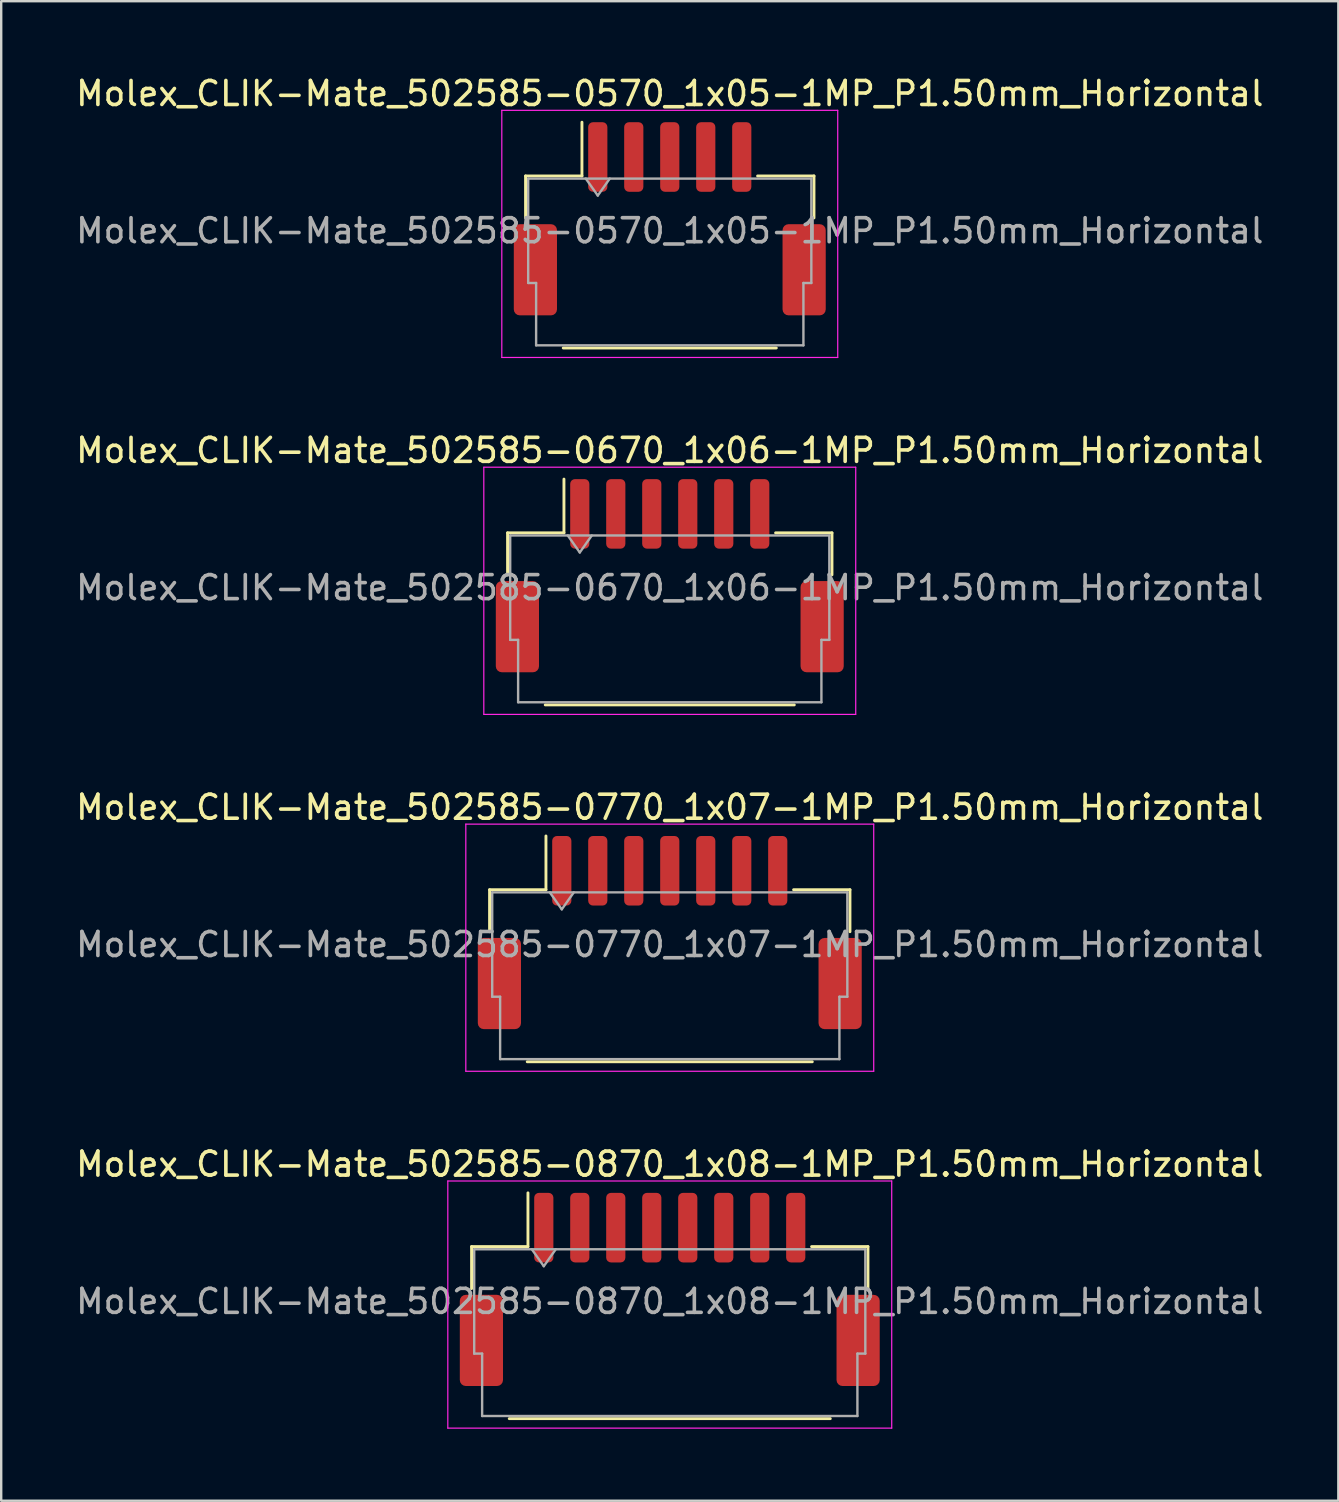
<source format=kicad_pcb>
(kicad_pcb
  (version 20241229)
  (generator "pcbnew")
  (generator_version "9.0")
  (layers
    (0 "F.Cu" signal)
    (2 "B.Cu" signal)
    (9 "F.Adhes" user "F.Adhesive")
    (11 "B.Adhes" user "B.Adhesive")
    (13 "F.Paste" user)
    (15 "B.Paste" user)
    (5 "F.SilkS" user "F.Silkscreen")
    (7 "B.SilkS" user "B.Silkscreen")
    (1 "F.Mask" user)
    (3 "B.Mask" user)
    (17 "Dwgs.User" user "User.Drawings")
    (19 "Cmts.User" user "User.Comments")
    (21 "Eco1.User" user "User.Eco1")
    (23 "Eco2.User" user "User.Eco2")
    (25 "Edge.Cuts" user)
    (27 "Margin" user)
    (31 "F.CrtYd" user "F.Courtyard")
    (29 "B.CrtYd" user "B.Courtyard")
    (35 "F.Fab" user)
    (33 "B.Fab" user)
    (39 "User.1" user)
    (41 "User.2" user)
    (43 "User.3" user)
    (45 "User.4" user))
  (footprint "Molex_CLIK-Mate_502585-0570_1x05-1MP_P1.50mm_Horizontal"
    (layer "F.Cu")
    (at 24.863 6.068)
    (property "Reference" "Molex_CLIK-Mate_502585-0570_1x05-1MP_P1.50mm_Horizontal" (at 0 -5.22 0) (layer "F.SilkS") (effects (font (size 1 1) (thickness 0.15))))
    (attr smd)
    (fp_line (start -6.01 -1.785) (end -3.66 -1.785) (stroke (width 0.12) (type solid)) (layer "F.SilkS"))
    (fp_line (start -6.01 -0.035) (end -6.01 -1.785) (stroke (width 0.12) (type solid)) (layer "F.SilkS"))
    (fp_line (start -4.44 5.385) (end 4.44 5.385) (stroke (width 0.12) (type solid)) (layer "F.SilkS"))
    (fp_line (start -3.66 -1.785) (end -3.66 -4.025) (stroke (width 0.12) (type solid)) (layer "F.SilkS"))
    (fp_line (start 6.01 -1.785) (end 3.66 -1.785) (stroke (width 0.12) (type solid)) (layer "F.SilkS"))
    (fp_line (start 6.01 -0.035) (end 6.01 -1.785) (stroke (width 0.12) (type solid)) (layer "F.SilkS"))
    (fp_line (start -7 -4.52) (end -7 5.78) (stroke (width 0.05) (type solid)) (layer "F.CrtYd"))
    (fp_line (start -7 5.78) (end 7 5.78) (stroke (width 0.05) (type solid)) (layer "F.CrtYd"))
    (fp_line (start 7 -4.52) (end -7 -4.52) (stroke (width 0.05) (type solid)) (layer "F.CrtYd"))
    (fp_line (start 7 5.78) (end 7 -4.52) (stroke (width 0.05) (type solid)) (layer "F.CrtYd"))
    (fp_line (start -5.9 -1.675) (end -5.9 2.675) (stroke (width 0.1) (type solid)) (layer "F.Fab"))
    (fp_line (start -5.9 -1.675) (end 5.9 -1.675) (stroke (width 0.1) (type solid)) (layer "F.Fab"))
    (fp_line (start -5.9 2.675) (end -5.57 2.675) (stroke (width 0.1) (type solid)) (layer "F.Fab"))
    (fp_line (start -5.57 2.675) (end -5.57 5.275) (stroke (width 0.1) (type solid)) (layer "F.Fab"))
    (fp_line (start -5.57 5.275) (end 5.57 5.275) (stroke (width 0.1) (type solid)) (layer "F.Fab"))
    (fp_line (start -3.5 -1.675) (end -3 -0.968) (stroke (width 0.1) (type solid)) (layer "F.Fab"))
    (fp_line (start -3 -0.968) (end -2.5 -1.675) (stroke (width 0.1) (type solid)) (layer "F.Fab"))
    (fp_line (start 5.57 2.675) (end 5.9 2.675) (stroke (width 0.1) (type solid)) (layer "F.Fab"))
    (fp_line (start 5.57 5.275) (end 5.57 2.675) (stroke (width 0.1) (type solid)) (layer "F.Fab"))
    (fp_line (start 5.9 -1.675) (end 5.9 2.675) (stroke (width 0.1) (type solid)) (layer "F.Fab"))
    (fp_text user "${REFERENCE}" (at 0 0.5 0) (layer "F.Fab") (effects (font (size 1 1) (thickness 0.15))))
    (pad "1" smd roundrect (at -3 -2.575) (size 0.8 2.9) (layers "F.Cu" "F.Mask" "F.Paste") (roundrect_rratio 0.25))
    (pad "2" smd roundrect (at -1.5 -2.575) (size 0.8 2.9) (layers "F.Cu" "F.Mask" "F.Paste") (roundrect_rratio 0.25))
    (pad "3" smd roundrect (at 0 -2.575) (size 0.8 2.9) (layers "F.Cu" "F.Mask" "F.Paste") (roundrect_rratio 0.25))
    (pad "4" smd roundrect (at 1.5 -2.575) (size 0.8 2.9) (layers "F.Cu" "F.Mask" "F.Paste") (roundrect_rratio 0.25))
    (pad "5" smd roundrect (at 3 -2.575) (size 0.8 2.9) (layers "F.Cu" "F.Mask" "F.Paste") (roundrect_rratio 0.25))
    (pad "MP" smd roundrect (at -5.6 2.125) (size 1.8 3.8) (layers "F.Cu" "F.Mask" "F.Paste") (roundrect_rratio 0.139))
    (pad "MP" smd roundrect (at 5.6 2.125) (size 1.8 3.8) (layers "F.Cu" "F.Mask" "F.Paste") (roundrect_rratio 0.139)))
  (footprint "Molex_CLIK-Mate_502585-0770_1x07-1MP_P1.50mm_Horizontal"
    (layer "F.Cu")
    (at 24.863 35.815)
    (property "Reference" "Molex_CLIK-Mate_502585-0770_1x07-1MP_P1.50mm_Horizontal" (at 0 -5.22 0) (layer "F.SilkS") (effects (font (size 1 1) (thickness 0.15))))
    (attr smd)
    (fp_line (start -7.51 -1.785) (end -5.16 -1.785) (stroke (width 0.12) (type solid)) (layer "F.SilkS"))
    (fp_line (start -7.51 -0.035) (end -7.51 -1.785) (stroke (width 0.12) (type solid)) (layer "F.SilkS"))
    (fp_line (start -5.94 5.385) (end 5.94 5.385) (stroke (width 0.12) (type solid)) (layer "F.SilkS"))
    (fp_line (start -5.16 -1.785) (end -5.16 -4.025) (stroke (width 0.12) (type solid)) (layer "F.SilkS"))
    (fp_line (start 7.51 -1.785) (end 5.16 -1.785) (stroke (width 0.12) (type solid)) (layer "F.SilkS"))
    (fp_line (start 7.51 -0.035) (end 7.51 -1.785) (stroke (width 0.12) (type solid)) (layer "F.SilkS"))
    (fp_line (start -8.5 -4.52) (end -8.5 5.78) (stroke (width 0.05) (type solid)) (layer "F.CrtYd"))
    (fp_line (start -8.5 5.78) (end 8.5 5.78) (stroke (width 0.05) (type solid)) (layer "F.CrtYd"))
    (fp_line (start 8.5 -4.52) (end -8.5 -4.52) (stroke (width 0.05) (type solid)) (layer "F.CrtYd"))
    (fp_line (start 8.5 5.78) (end 8.5 -4.52) (stroke (width 0.05) (type solid)) (layer "F.CrtYd"))
    (fp_line (start -7.4 -1.675) (end -7.4 2.675) (stroke (width 0.1) (type solid)) (layer "F.Fab"))
    (fp_line (start -7.4 -1.675) (end 7.4 -1.675) (stroke (width 0.1) (type solid)) (layer "F.Fab"))
    (fp_line (start -7.4 2.675) (end -7.07 2.675) (stroke (width 0.1) (type solid)) (layer "F.Fab"))
    (fp_line (start -7.07 2.675) (end -7.07 5.275) (stroke (width 0.1) (type solid)) (layer "F.Fab"))
    (fp_line (start -7.07 5.275) (end 7.07 5.275) (stroke (width 0.1) (type solid)) (layer "F.Fab"))
    (fp_line (start -5 -1.675) (end -4.5 -0.968) (stroke (width 0.1) (type solid)) (layer "F.Fab"))
    (fp_line (start -4.5 -0.968) (end -4 -1.675) (stroke (width 0.1) (type solid)) (layer "F.Fab"))
    (fp_line (start 7.07 2.675) (end 7.4 2.675) (stroke (width 0.1) (type solid)) (layer "F.Fab"))
    (fp_line (start 7.07 5.275) (end 7.07 2.675) (stroke (width 0.1) (type solid)) (layer "F.Fab"))
    (fp_line (start 7.4 -1.675) (end 7.4 2.675) (stroke (width 0.1) (type solid)) (layer "F.Fab"))
    (fp_text user "${REFERENCE}" (at 0 0.5 0) (layer "F.Fab") (effects (font (size 1 1) (thickness 0.15))))
    (pad "1" smd roundrect (at -4.5 -2.575) (size 0.8 2.9) (layers "F.Cu" "F.Mask" "F.Paste") (roundrect_rratio 0.25))
    (pad "2" smd roundrect (at -3 -2.575) (size 0.8 2.9) (layers "F.Cu" "F.Mask" "F.Paste") (roundrect_rratio 0.25))
    (pad "3" smd roundrect (at -1.5 -2.575) (size 0.8 2.9) (layers "F.Cu" "F.Mask" "F.Paste") (roundrect_rratio 0.25))
    (pad "4" smd roundrect (at 0 -2.575) (size 0.8 2.9) (layers "F.Cu" "F.Mask" "F.Paste") (roundrect_rratio 0.25))
    (pad "5" smd roundrect (at 1.5 -2.575) (size 0.8 2.9) (layers "F.Cu" "F.Mask" "F.Paste") (roundrect_rratio 0.25))
    (pad "6" smd roundrect (at 3 -2.575) (size 0.8 2.9) (layers "F.Cu" "F.Mask" "F.Paste") (roundrect_rratio 0.25))
    (pad "7" smd roundrect (at 4.5 -2.575) (size 0.8 2.9) (layers "F.Cu" "F.Mask" "F.Paste") (roundrect_rratio 0.25))
    (pad "MP" smd roundrect (at -7.1 2.125) (size 1.8 3.8) (layers "F.Cu" "F.Mask" "F.Paste") (roundrect_rratio 0.139))
    (pad "MP" smd roundrect (at 7.1 2.125) (size 1.8 3.8) (layers "F.Cu" "F.Mask" "F.Paste") (roundrect_rratio 0.139)))
  (footprint "Molex_CLIK-Mate_502585-0870_1x08-1MP_P1.50mm_Horizontal"
    (layer "F.Cu")
    (at 24.863 50.688)
    (property "Reference" "Molex_CLIK-Mate_502585-0870_1x08-1MP_P1.50mm_Horizontal" (at 0 -5.22 0) (layer "F.SilkS") (effects (font (size 1 1) (thickness 0.15))))
    (attr smd)
    (fp_line (start -8.26 -1.785) (end -5.91 -1.785) (stroke (width 0.12) (type solid)) (layer "F.SilkS"))
    (fp_line (start -8.26 -0.035) (end -8.26 -1.785) (stroke (width 0.12) (type solid)) (layer "F.SilkS"))
    (fp_line (start -6.69 5.385) (end 6.69 5.385) (stroke (width 0.12) (type solid)) (layer "F.SilkS"))
    (fp_line (start -5.91 -1.785) (end -5.91 -4.025) (stroke (width 0.12) (type solid)) (layer "F.SilkS"))
    (fp_line (start 8.26 -1.785) (end 5.91 -1.785) (stroke (width 0.12) (type solid)) (layer "F.SilkS"))
    (fp_line (start 8.26 -0.035) (end 8.26 -1.785) (stroke (width 0.12) (type solid)) (layer "F.SilkS"))
    (fp_line (start -9.25 -4.52) (end -9.25 5.78) (stroke (width 0.05) (type solid)) (layer "F.CrtYd"))
    (fp_line (start -9.25 5.78) (end 9.25 5.78) (stroke (width 0.05) (type solid)) (layer "F.CrtYd"))
    (fp_line (start 9.25 -4.52) (end -9.25 -4.52) (stroke (width 0.05) (type solid)) (layer "F.CrtYd"))
    (fp_line (start 9.25 5.78) (end 9.25 -4.52) (stroke (width 0.05) (type solid)) (layer "F.CrtYd"))
    (fp_line (start -8.15 -1.675) (end -8.15 2.675) (stroke (width 0.1) (type solid)) (layer "F.Fab"))
    (fp_line (start -8.15 -1.675) (end 8.15 -1.675) (stroke (width 0.1) (type solid)) (layer "F.Fab"))
    (fp_line (start -8.15 2.675) (end -7.82 2.675) (stroke (width 0.1) (type solid)) (layer "F.Fab"))
    (fp_line (start -7.82 2.675) (end -7.82 5.275) (stroke (width 0.1) (type solid)) (layer "F.Fab"))
    (fp_line (start -7.82 5.275) (end 7.82 5.275) (stroke (width 0.1) (type solid)) (layer "F.Fab"))
    (fp_line (start -5.75 -1.675) (end -5.25 -0.968) (stroke (width 0.1) (type solid)) (layer "F.Fab"))
    (fp_line (start -5.25 -0.968) (end -4.75 -1.675) (stroke (width 0.1) (type solid)) (layer "F.Fab"))
    (fp_line (start 7.82 2.675) (end 8.15 2.675) (stroke (width 0.1) (type solid)) (layer "F.Fab"))
    (fp_line (start 7.82 5.275) (end 7.82 2.675) (stroke (width 0.1) (type solid)) (layer "F.Fab"))
    (fp_line (start 8.15 -1.675) (end 8.15 2.675) (stroke (width 0.1) (type solid)) (layer "F.Fab"))
    (fp_text user "${REFERENCE}" (at 0 0.5 0) (layer "F.Fab") (effects (font (size 1 1) (thickness 0.15))))
    (pad "1" smd roundrect (at -5.25 -2.575) (size 0.8 2.9) (layers "F.Cu" "F.Mask" "F.Paste") (roundrect_rratio 0.25))
    (pad "2" smd roundrect (at -3.75 -2.575) (size 0.8 2.9) (layers "F.Cu" "F.Mask" "F.Paste") (roundrect_rratio 0.25))
    (pad "3" smd roundrect (at -2.25 -2.575) (size 0.8 2.9) (layers "F.Cu" "F.Mask" "F.Paste") (roundrect_rratio 0.25))
    (pad "4" smd roundrect (at -0.75 -2.575) (size 0.8 2.9) (layers "F.Cu" "F.Mask" "F.Paste") (roundrect_rratio 0.25))
    (pad "5" smd roundrect (at 0.75 -2.575) (size 0.8 2.9) (layers "F.Cu" "F.Mask" "F.Paste") (roundrect_rratio 0.25))
    (pad "6" smd roundrect (at 2.25 -2.575) (size 0.8 2.9) (layers "F.Cu" "F.Mask" "F.Paste") (roundrect_rratio 0.25))
    (pad "7" smd roundrect (at 3.75 -2.575) (size 0.8 2.9) (layers "F.Cu" "F.Mask" "F.Paste") (roundrect_rratio 0.25))
    (pad "8" smd roundrect (at 5.25 -2.575) (size 0.8 2.9) (layers "F.Cu" "F.Mask" "F.Paste") (roundrect_rratio 0.25))
    (pad "MP" smd roundrect (at -7.85 2.125) (size 1.8 3.8) (layers "F.Cu" "F.Mask" "F.Paste") (roundrect_rratio 0.139))
    (pad "MP" smd roundrect (at 7.85 2.125) (size 1.8 3.8) (layers "F.Cu" "F.Mask" "F.Paste") (roundrect_rratio 0.139)))
  (footprint "Molex_CLIK-Mate_502585-0670_1x06-1MP_P1.50mm_Horizontal"
    (layer "F.Cu")
    (at 24.863 20.942)
    (property "Reference" "Molex_CLIK-Mate_502585-0670_1x06-1MP_P1.50mm_Horizontal" (at 0 -5.22 0) (layer "F.SilkS") (effects (font (size 1 1) (thickness 0.15))))
    (attr smd)
    (fp_line (start -6.76 -1.785) (end -4.41 -1.785) (stroke (width 0.12) (type solid)) (layer "F.SilkS"))
    (fp_line (start -6.76 -0.035) (end -6.76 -1.785) (stroke (width 0.12) (type solid)) (layer "F.SilkS"))
    (fp_line (start -5.19 5.385) (end 5.19 5.385) (stroke (width 0.12) (type solid)) (layer "F.SilkS"))
    (fp_line (start -4.41 -1.785) (end -4.41 -4.025) (stroke (width 0.12) (type solid)) (layer "F.SilkS"))
    (fp_line (start 6.76 -1.785) (end 4.41 -1.785) (stroke (width 0.12) (type solid)) (layer "F.SilkS"))
    (fp_line (start 6.76 -0.035) (end 6.76 -1.785) (stroke (width 0.12) (type solid)) (layer "F.SilkS"))
    (fp_line (start -7.75 -4.52) (end -7.75 5.78) (stroke (width 0.05) (type solid)) (layer "F.CrtYd"))
    (fp_line (start -7.75 5.78) (end 7.75 5.78) (stroke (width 0.05) (type solid)) (layer "F.CrtYd"))
    (fp_line (start 7.75 -4.52) (end -7.75 -4.52) (stroke (width 0.05) (type solid)) (layer "F.CrtYd"))
    (fp_line (start 7.75 5.78) (end 7.75 -4.52) (stroke (width 0.05) (type solid)) (layer "F.CrtYd"))
    (fp_line (start -6.65 -1.675) (end -6.65 2.675) (stroke (width 0.1) (type solid)) (layer "F.Fab"))
    (fp_line (start -6.65 -1.675) (end 6.65 -1.675) (stroke (width 0.1) (type solid)) (layer "F.Fab"))
    (fp_line (start -6.65 2.675) (end -6.32 2.675) (stroke (width 0.1) (type solid)) (layer "F.Fab"))
    (fp_line (start -6.32 2.675) (end -6.32 5.275) (stroke (width 0.1) (type solid)) (layer "F.Fab"))
    (fp_line (start -6.32 5.275) (end 6.32 5.275) (stroke (width 0.1) (type solid)) (layer "F.Fab"))
    (fp_line (start -4.25 -1.675) (end -3.75 -0.968) (stroke (width 0.1) (type solid)) (layer "F.Fab"))
    (fp_line (start -3.75 -0.968) (end -3.25 -1.675) (stroke (width 0.1) (type solid)) (layer "F.Fab"))
    (fp_line (start 6.32 2.675) (end 6.65 2.675) (stroke (width 0.1) (type solid)) (layer "F.Fab"))
    (fp_line (start 6.32 5.275) (end 6.32 2.675) (stroke (width 0.1) (type solid)) (layer "F.Fab"))
    (fp_line (start 6.65 -1.675) (end 6.65 2.675) (stroke (width 0.1) (type solid)) (layer "F.Fab"))
    (fp_text user "${REFERENCE}" (at 0 0.5 0) (layer "F.Fab") (effects (font (size 1 1) (thickness 0.15))))
    (pad "1" smd roundrect (at -3.75 -2.575) (size 0.8 2.9) (layers "F.Cu" "F.Mask" "F.Paste") (roundrect_rratio 0.25))
    (pad "2" smd roundrect (at -2.25 -2.575) (size 0.8 2.9) (layers "F.Cu" "F.Mask" "F.Paste") (roundrect_rratio 0.25))
    (pad "3" smd roundrect (at -0.75 -2.575) (size 0.8 2.9) (layers "F.Cu" "F.Mask" "F.Paste") (roundrect_rratio 0.25))
    (pad "4" smd roundrect (at 0.75 -2.575) (size 0.8 2.9) (layers "F.Cu" "F.Mask" "F.Paste") (roundrect_rratio 0.25))
    (pad "5" smd roundrect (at 2.25 -2.575) (size 0.8 2.9) (layers "F.Cu" "F.Mask" "F.Paste") (roundrect_rratio 0.25))
    (pad "6" smd roundrect (at 3.75 -2.575) (size 0.8 2.9) (layers "F.Cu" "F.Mask" "F.Paste") (roundrect_rratio 0.25))
    (pad "MP" smd roundrect (at -6.35 2.125) (size 1.8 3.8) (layers "F.Cu" "F.Mask" "F.Paste") (roundrect_rratio 0.139))
    (pad "MP" smd roundrect (at 6.35 2.125) (size 1.8 3.8) (layers "F.Cu" "F.Mask" "F.Paste") (roundrect_rratio 0.139)))
  (gr_rect
    (start -3 -3)
    (end 52.726 59.493)
    (stroke (width 0.1) (type default))
    (fill no)
    (layer "Edge.Cuts")))
</source>
